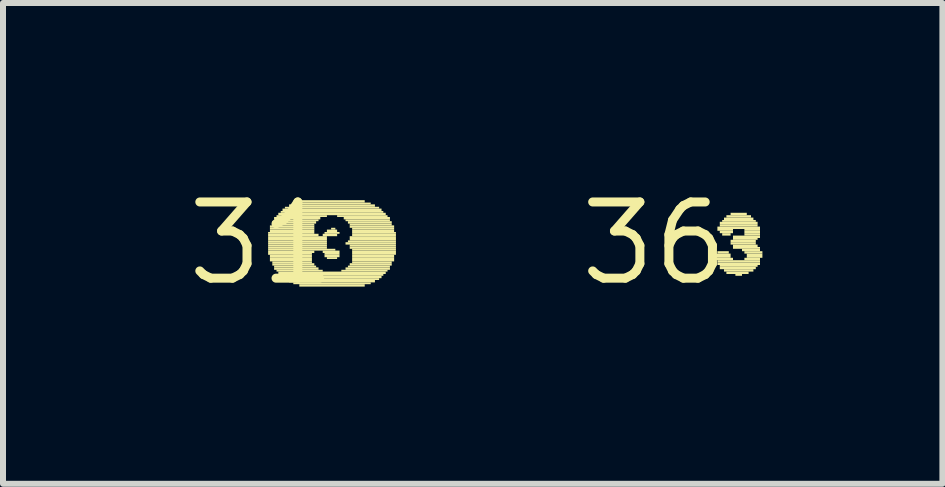
<source format=kicad_pcb>
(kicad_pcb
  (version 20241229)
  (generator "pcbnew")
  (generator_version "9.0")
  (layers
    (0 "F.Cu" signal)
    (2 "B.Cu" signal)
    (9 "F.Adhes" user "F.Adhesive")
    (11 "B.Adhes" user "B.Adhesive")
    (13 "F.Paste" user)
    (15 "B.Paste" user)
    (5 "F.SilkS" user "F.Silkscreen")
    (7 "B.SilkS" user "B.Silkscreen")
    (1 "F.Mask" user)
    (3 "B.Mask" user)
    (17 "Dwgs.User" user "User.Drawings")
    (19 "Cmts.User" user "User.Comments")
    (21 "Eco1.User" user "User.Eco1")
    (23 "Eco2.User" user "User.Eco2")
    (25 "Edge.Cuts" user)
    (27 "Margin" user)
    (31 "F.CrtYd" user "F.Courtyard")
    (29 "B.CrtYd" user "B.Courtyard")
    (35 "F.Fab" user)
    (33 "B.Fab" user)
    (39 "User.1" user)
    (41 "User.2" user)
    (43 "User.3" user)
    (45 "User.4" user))
  (footprint "31"
    (layer "F.Cu")
    (at 1.308 1.006)
    (property "Reference" "31" (at 0 0 0) (layer "F.SilkS") (effects (font (size 1.27 1.27) (thickness 0.15))))
    (fp_poly (pts (xy 0.11 -0.16) (xy 0.88 -0.16) (xy 0.88 -0.19) (xy 0.11 -0.19)) (stroke (width 0) (type solid)) (fill yes) (layer "F.SilkS"))
    (fp_poly (pts (xy 0.11 -0.12) (xy 0.95 -0.12) (xy 0.95 -0.16) (xy 0.11 -0.16)) (stroke (width 0) (type solid)) (fill yes) (layer "F.SilkS"))
    (fp_poly (pts (xy 0.11 -0.09) (xy 1.09 -0.09) (xy 1.09 -0.12) (xy 0.11 -0.12)) (stroke (width 0) (type solid)) (fill yes) (layer "F.SilkS"))
    (fp_poly (pts (xy 0.11 -0.05) (xy 1.09 -0.05) (xy 1.09 -0.09) (xy 0.11 -0.09)) (stroke (width 0) (type solid)) (fill yes) (layer "F.SilkS"))
    (fp_poly (pts (xy 0.11 -0.02) (xy 1.09 -0.02) (xy 1.09 -0.05) (xy 0.11 -0.05)) (stroke (width 0) (type solid)) (fill yes) (layer "F.SilkS"))
    (fp_poly (pts (xy 0.11 0.02) (xy 1.09 0.02) (xy 1.09 -0.02) (xy 0.11 -0.02)) (stroke (width 0) (type solid)) (fill yes) (layer "F.SilkS"))
    (fp_poly (pts (xy 0.11 0.05) (xy 1.09 0.05) (xy 1.09 0.02) (xy 0.11 0.02)) (stroke (width 0) (type solid)) (fill yes) (layer "F.SilkS"))
    (fp_poly (pts (xy 0.11 0.09) (xy 1.09 0.09) (xy 1.09 0.05) (xy 0.11 0.05)) (stroke (width 0) (type solid)) (fill yes) (layer "F.SilkS"))
    (fp_poly (pts (xy 0.11 0.12) (xy 1.23 0.12) (xy 1.23 0.09) (xy 0.11 0.09)) (stroke (width 0) (type solid)) (fill yes) (layer "F.SilkS"))
    (fp_poly (pts (xy 0.11 0.16) (xy 0.88 0.16) (xy 0.88 0.12) (xy 0.11 0.12)) (stroke (width 0) (type solid)) (fill yes) (layer "F.SilkS"))
    (fp_poly (pts (xy 0.11 0.19) (xy 0.84 0.19) (xy 0.84 0.16) (xy 0.11 0.16)) (stroke (width 0) (type solid)) (fill yes) (layer "F.SilkS"))
    (fp_poly (pts (xy 0.14 -0.26) (xy 0.88 -0.26) (xy 0.88 -0.3) (xy 0.14 -0.3)) (stroke (width 0) (type solid)) (fill yes) (layer "F.SilkS"))
    (fp_poly (pts (xy 0.14 -0.23) (xy 0.88 -0.23) (xy 0.88 -0.26) (xy 0.14 -0.26)) (stroke (width 0) (type solid)) (fill yes) (layer "F.SilkS"))
    (fp_poly (pts (xy 0.14 -0.19) (xy 0.88 -0.19) (xy 0.88 -0.23) (xy 0.14 -0.23)) (stroke (width 0) (type solid)) (fill yes) (layer "F.SilkS"))
    (fp_poly (pts (xy 0.14 0.23) (xy 0.84 0.23) (xy 0.84 0.19) (xy 0.14 0.19)) (stroke (width 0) (type solid)) (fill yes) (layer "F.SilkS"))
    (fp_poly (pts (xy 0.14 0.26) (xy 0.84 0.26) (xy 0.84 0.23) (xy 0.14 0.23)) (stroke (width 0) (type solid)) (fill yes) (layer "F.SilkS"))
    (fp_poly (pts (xy 0.14 0.3) (xy 0.84 0.3) (xy 0.84 0.26) (xy 0.14 0.26)) (stroke (width 0) (type solid)) (fill yes) (layer "F.SilkS"))
    (fp_poly (pts (xy 0.18 -0.33) (xy 0.91 -0.33) (xy 0.91 -0.37) (xy 0.18 -0.37)) (stroke (width 0) (type solid)) (fill yes) (layer "F.SilkS"))
    (fp_poly (pts (xy 0.18 -0.3) (xy 0.88 -0.3) (xy 0.88 -0.33) (xy 0.18 -0.33)) (stroke (width 0) (type solid)) (fill yes) (layer "F.SilkS"))
    (fp_poly (pts (xy 0.18 0.33) (xy 0.84 0.33) (xy 0.84 0.3) (xy 0.18 0.3)) (stroke (width 0) (type solid)) (fill yes) (layer "F.SilkS"))
    (fp_poly (pts (xy 0.18 0.37) (xy 0.88 0.37) (xy 0.88 0.33) (xy 0.18 0.33)) (stroke (width 0) (type solid)) (fill yes) (layer "F.SilkS"))
    (fp_poly (pts (xy 0.21 -0.4) (xy 0.98 -0.4) (xy 0.98 -0.44) (xy 0.21 -0.44)) (stroke (width 0) (type solid)) (fill yes) (layer "F.SilkS"))
    (fp_poly (pts (xy 0.21 -0.37) (xy 0.95 -0.37) (xy 0.95 -0.4) (xy 0.21 -0.4)) (stroke (width 0) (type solid)) (fill yes) (layer "F.SilkS"))
    (fp_poly (pts (xy 0.21 0.4) (xy 0.91 0.4) (xy 0.91 0.37) (xy 0.21 0.37)) (stroke (width 0) (type solid)) (fill yes) (layer "F.SilkS"))
    (fp_poly (pts (xy 0.21 0.44) (xy 0.95 0.44) (xy 0.95 0.4) (xy 0.21 0.4)) (stroke (width 0) (type solid)) (fill yes) (layer "F.SilkS"))
    (fp_poly (pts (xy 0.25 -0.44) (xy 1.09 -0.44) (xy 1.09 -0.47) (xy 0.25 -0.47)) (stroke (width 0) (type solid)) (fill yes) (layer "F.SilkS"))
    (fp_poly (pts (xy 0.25 0.47) (xy 1.02 0.47) (xy 1.02 0.44) (xy 0.25 0.44)) (stroke (width 0) (type solid)) (fill yes) (layer "F.SilkS"))
    (fp_poly (pts (xy 0.28 -0.47) (xy 2.07 -0.47) (xy 2.07 -0.51) (xy 0.28 -0.51)) (stroke (width 0) (type solid)) (fill yes) (layer "F.SilkS"))
    (fp_poly (pts (xy 0.28 0.51) (xy 2.07 0.51) (xy 2.07 0.47) (xy 0.28 0.47)) (stroke (width 0) (type solid)) (fill yes) (layer "F.SilkS"))
    (fp_poly (pts (xy 0.32 -0.51) (xy 2.03 -0.51) (xy 2.03 -0.54) (xy 0.32 -0.54)) (stroke (width 0) (type solid)) (fill yes) (layer "F.SilkS"))
    (fp_poly (pts (xy 0.32 0.54) (xy 2.03 0.54) (xy 2.03 0.51) (xy 0.32 0.51)) (stroke (width 0) (type solid)) (fill yes) (layer "F.SilkS"))
    (fp_poly (pts (xy 0.35 -0.54) (xy 2 -0.54) (xy 2 -0.58) (xy 0.35 -0.58)) (stroke (width 0) (type solid)) (fill yes) (layer "F.SilkS"))
    (fp_poly (pts (xy 0.35 0.58) (xy 2 0.58) (xy 2 0.54) (xy 0.35 0.54)) (stroke (width 0) (type solid)) (fill yes) (layer "F.SilkS"))
    (fp_poly (pts (xy 0.39 -0.58) (xy 1.96 -0.58) (xy 1.96 -0.61) (xy 0.39 -0.61)) (stroke (width 0) (type solid)) (fill yes) (layer "F.SilkS"))
    (fp_poly (pts (xy 0.39 0.61) (xy 1.96 0.61) (xy 1.96 0.58) (xy 0.39 0.58)) (stroke (width 0) (type solid)) (fill yes) (layer "F.SilkS"))
    (fp_poly (pts (xy 0.46 -0.61) (xy 1.89 -0.61) (xy 1.89 -0.65) (xy 0.46 -0.65)) (stroke (width 0) (type solid)) (fill yes) (layer "F.SilkS"))
    (fp_poly (pts (xy 0.46 0.65) (xy 1.89 0.65) (xy 1.89 0.61) (xy 0.46 0.61)) (stroke (width 0) (type solid)) (fill yes) (layer "F.SilkS"))
    (fp_poly (pts (xy 0.53 -0.65) (xy 1.82 -0.65) (xy 1.82 -0.68) (xy 0.53 -0.68)) (stroke (width 0) (type solid)) (fill yes) (layer "F.SilkS"))
    (fp_poly (pts (xy 0.53 0.68) (xy 1.82 0.68) (xy 1.82 0.65) (xy 0.53 0.65)) (stroke (width 0) (type solid)) (fill yes) (layer "F.SilkS"))
    (fp_poly (pts (xy 0.63 -0.68) (xy 1.72 -0.68) (xy 1.72 -0.72) (xy 0.63 -0.72)) (stroke (width 0) (type solid)) (fill yes) (layer "F.SilkS"))
    (fp_poly (pts (xy 0.63 0.72) (xy 1.72 0.72) (xy 1.72 0.68) (xy 0.63 0.68)) (stroke (width 0) (type solid)) (fill yes) (layer "F.SilkS"))
    (fp_poly (pts (xy 1.02 -0.12) (xy 1.26 -0.12) (xy 1.26 -0.16) (xy 1.02 -0.16)) (stroke (width 0) (type solid)) (fill yes) (layer "F.SilkS"))
    (fp_poly (pts (xy 1.02 0.16) (xy 1.3 0.16) (xy 1.3 0.12) (xy 1.02 0.12)) (stroke (width 0) (type solid)) (fill yes) (layer "F.SilkS"))
    (fp_poly (pts (xy 1.05 -0.16) (xy 1.3 -0.16) (xy 1.3 -0.19) (xy 1.05 -0.19)) (stroke (width 0) (type solid)) (fill yes) (layer "F.SilkS"))
    (fp_poly (pts (xy 1.05 0.19) (xy 1.3 0.19) (xy 1.3 0.16) (xy 1.05 0.16)) (stroke (width 0) (type solid)) (fill yes) (layer "F.SilkS"))
    (fp_poly (pts (xy 1.05 0.23) (xy 1.3 0.23) (xy 1.3 0.19) (xy 1.05 0.19)) (stroke (width 0) (type solid)) (fill yes) (layer "F.SilkS"))
    (fp_poly (pts (xy 1.09 -0.19) (xy 1.26 -0.19) (xy 1.26 -0.23) (xy 1.09 -0.23)) (stroke (width 0) (type solid)) (fill yes) (layer "F.SilkS"))
    (fp_poly (pts (xy 1.09 0.26) (xy 1.26 0.26) (xy 1.26 0.23) (xy 1.09 0.23)) (stroke (width 0) (type solid)) (fill yes) (layer "F.SilkS"))
    (fp_poly (pts (xy 1.16 -0.23) (xy 1.23 -0.23) (xy 1.23 -0.26) (xy 1.16 -0.26)) (stroke (width 0) (type solid)) (fill yes) (layer "F.SilkS"))
    (fp_poly (pts (xy 1.26 -0.44) (xy 2.1 -0.44) (xy 2.1 -0.47) (xy 1.26 -0.47)) (stroke (width 0) (type solid)) (fill yes) (layer "F.SilkS"))
    (fp_poly (pts (xy 1.33 0.47) (xy 2.1 0.47) (xy 2.1 0.44) (xy 1.33 0.44)) (stroke (width 0) (type solid)) (fill yes) (layer "F.SilkS"))
    (fp_poly (pts (xy 1.37 -0.4) (xy 2.14 -0.4) (xy 2.14 -0.44) (xy 1.37 -0.44)) (stroke (width 0) (type solid)) (fill yes) (layer "F.SilkS"))
    (fp_poly (pts (xy 1.4 -0.37) (xy 2.14 -0.37) (xy 2.14 -0.4) (xy 1.4 -0.4)) (stroke (width 0) (type solid)) (fill yes) (layer "F.SilkS"))
    (fp_poly (pts (xy 1.4 0.02) (xy 2.24 0.02) (xy 2.24 -0.02) (xy 1.4 -0.02)) (stroke (width 0) (type solid)) (fill yes) (layer "F.SilkS"))
    (fp_poly (pts (xy 1.4 0.44) (xy 2.14 0.44) (xy 2.14 0.4) (xy 1.4 0.4)) (stroke (width 0) (type solid)) (fill yes) (layer "F.SilkS"))
    (fp_poly (pts (xy 1.44 -0.33) (xy 2.17 -0.33) (xy 2.17 -0.37) (xy 1.44 -0.37)) (stroke (width 0) (type solid)) (fill yes) (layer "F.SilkS"))
    (fp_poly (pts (xy 1.44 -0.02) (xy 2.24 -0.02) (xy 2.24 -0.05) (xy 1.44 -0.05)) (stroke (width 0) (type solid)) (fill yes) (layer "F.SilkS"))
    (fp_poly (pts (xy 1.44 0.4) (xy 2.14 0.4) (xy 2.14 0.37) (xy 1.44 0.37)) (stroke (width 0) (type solid)) (fill yes) (layer "F.SilkS"))
    (fp_poly (pts (xy 1.47 -0.3) (xy 2.17 -0.3) (xy 2.17 -0.33) (xy 1.47 -0.33)) (stroke (width 0) (type solid)) (fill yes) (layer "F.SilkS"))
    (fp_poly (pts (xy 1.47 -0.26) (xy 2.21 -0.26) (xy 2.21 -0.3) (xy 1.47 -0.3)) (stroke (width 0) (type solid)) (fill yes) (layer "F.SilkS"))
    (fp_poly (pts (xy 1.47 -0.09) (xy 2.24 -0.09) (xy 2.24 -0.12) (xy 1.47 -0.12)) (stroke (width 0) (type solid)) (fill yes) (layer "F.SilkS"))
    (fp_poly (pts (xy 1.47 -0.05) (xy 2.24 -0.05) (xy 2.24 -0.09) (xy 1.47 -0.09)) (stroke (width 0) (type solid)) (fill yes) (layer "F.SilkS"))
    (fp_poly (pts (xy 1.47 0.05) (xy 2.24 0.05) (xy 2.24 0.02) (xy 1.47 0.02)) (stroke (width 0) (type solid)) (fill yes) (layer "F.SilkS"))
    (fp_poly (pts (xy 1.47 0.09) (xy 2.24 0.09) (xy 2.24 0.05) (xy 1.47 0.05)) (stroke (width 0) (type solid)) (fill yes) (layer "F.SilkS"))
    (fp_poly (pts (xy 1.47 0.37) (xy 2.17 0.37) (xy 2.17 0.33) (xy 1.47 0.33)) (stroke (width 0) (type solid)) (fill yes) (layer "F.SilkS"))
    (fp_poly (pts (xy 1.51 -0.23) (xy 2.21 -0.23) (xy 2.21 -0.26) (xy 1.51 -0.26)) (stroke (width 0) (type solid)) (fill yes) (layer "F.SilkS"))
    (fp_poly (pts (xy 1.51 -0.19) (xy 2.21 -0.19) (xy 2.21 -0.23) (xy 1.51 -0.23)) (stroke (width 0) (type solid)) (fill yes) (layer "F.SilkS"))
    (fp_poly (pts (xy 1.51 -0.16) (xy 2.24 -0.16) (xy 2.24 -0.19) (xy 1.51 -0.19)) (stroke (width 0) (type solid)) (fill yes) (layer "F.SilkS"))
    (fp_poly (pts (xy 1.51 -0.12) (xy 2.24 -0.12) (xy 2.24 -0.16) (xy 1.51 -0.16)) (stroke (width 0) (type solid)) (fill yes) (layer "F.SilkS"))
    (fp_poly (pts (xy 1.51 0.12) (xy 2.24 0.12) (xy 2.24 0.09) (xy 1.51 0.09)) (stroke (width 0) (type solid)) (fill yes) (layer "F.SilkS"))
    (fp_poly (pts (xy 1.51 0.16) (xy 2.24 0.16) (xy 2.24 0.12) (xy 1.51 0.12)) (stroke (width 0) (type solid)) (fill yes) (layer "F.SilkS"))
    (fp_poly (pts (xy 1.51 0.19) (xy 2.24 0.19) (xy 2.24 0.16) (xy 1.51 0.16)) (stroke (width 0) (type solid)) (fill yes) (layer "F.SilkS"))
    (fp_poly (pts (xy 1.51 0.23) (xy 2.21 0.23) (xy 2.21 0.19) (xy 1.51 0.19)) (stroke (width 0) (type solid)) (fill yes) (layer "F.SilkS"))
    (fp_poly (pts (xy 1.51 0.26) (xy 2.21 0.26) (xy 2.21 0.23) (xy 1.51 0.23)) (stroke (width 0) (type solid)) (fill yes) (layer "F.SilkS"))
    (fp_poly (pts (xy 1.51 0.3) (xy 2.21 0.3) (xy 2.21 0.26) (xy 1.51 0.26)) (stroke (width 0) (type solid)) (fill yes) (layer "F.SilkS"))
    (fp_poly (pts (xy 1.51 0.33) (xy 2.17 0.33) (xy 2.17 0.3) (xy 1.51 0.3)) (stroke (width 0) (type solid)) (fill yes) (layer "F.SilkS")))
  (footprint "36"
    (layer "F.Cu")
    (at 7.855 1.006)
    (property "Reference" "36" (at 0 0 0) (layer "F.SilkS") (effects (font (size 1.27 1.27) (thickness 0.15))))
    (fp_poly (pts (xy 1.01 0.21) (xy 1.27 0.21) (xy 1.27 0.17) (xy 1.01 0.17)) (stroke (width 0) (type solid)) (fill yes) (layer "F.SilkS"))
    (fp_poly (pts (xy 1.01 0.24) (xy 1.27 0.24) (xy 1.27 0.21) (xy 1.01 0.21)) (stroke (width 0) (type solid)) (fill yes) (layer "F.SilkS"))
    (fp_poly (pts (xy 1.01 0.28) (xy 1.31 0.28) (xy 1.31 0.24) (xy 1.01 0.24)) (stroke (width 0) (type solid)) (fill yes) (layer "F.SilkS"))
    (fp_poly (pts (xy 1.05 -0.24) (xy 1.76 -0.24) (xy 1.76 -0.28) (xy 1.05 -0.28)) (stroke (width 0) (type solid)) (fill yes) (layer "F.SilkS"))
    (fp_poly (pts (xy 1.05 -0.21) (xy 1.31 -0.21) (xy 1.31 -0.24) (xy 1.05 -0.24)) (stroke (width 0) (type solid)) (fill yes) (layer "F.SilkS"))
    (fp_poly (pts (xy 1.05 0.17) (xy 1.24 0.17) (xy 1.24 0.13) (xy 1.05 0.13)) (stroke (width 0) (type solid)) (fill yes) (layer "F.SilkS"))
    (fp_poly (pts (xy 1.05 0.32) (xy 1.76 0.32) (xy 1.76 0.28) (xy 1.05 0.28)) (stroke (width 0) (type solid)) (fill yes) (layer "F.SilkS"))
    (fp_poly (pts (xy 1.05 0.36) (xy 1.76 0.36) (xy 1.76 0.32) (xy 1.05 0.32)) (stroke (width 0) (type solid)) (fill yes) (layer "F.SilkS"))
    (fp_poly (pts (xy 1.09 -0.32) (xy 1.72 -0.32) (xy 1.72 -0.36) (xy 1.09 -0.36)) (stroke (width 0) (type solid)) (fill yes) (layer "F.SilkS"))
    (fp_poly (pts (xy 1.09 -0.28) (xy 1.72 -0.28) (xy 1.72 -0.32) (xy 1.09 -0.32)) (stroke (width 0) (type solid)) (fill yes) (layer "F.SilkS"))
    (fp_poly (pts (xy 1.09 -0.17) (xy 1.31 -0.17) (xy 1.31 -0.21) (xy 1.09 -0.21)) (stroke (width 0) (type solid)) (fill yes) (layer "F.SilkS"))
    (fp_poly (pts (xy 1.09 0.39) (xy 1.72 0.39) (xy 1.72 0.36) (xy 1.09 0.36)) (stroke (width 0) (type solid)) (fill yes) (layer "F.SilkS"))
    (fp_poly (pts (xy 1.09 0.43) (xy 1.69 0.43) (xy 1.69 0.39) (xy 1.09 0.39)) (stroke (width 0) (type solid)) (fill yes) (layer "F.SilkS"))
    (fp_poly (pts (xy 1.13 -0.36) (xy 1.69 -0.36) (xy 1.69 -0.39) (xy 1.13 -0.39)) (stroke (width 0) (type solid)) (fill yes) (layer "F.SilkS"))
    (fp_poly (pts (xy 1.13 -0.13) (xy 1.27 -0.13) (xy 1.27 -0.17) (xy 1.13 -0.17)) (stroke (width 0) (type solid)) (fill yes) (layer "F.SilkS"))
    (fp_poly (pts (xy 1.16 -0.39) (xy 1.65 -0.39) (xy 1.65 -0.43) (xy 1.16 -0.43)) (stroke (width 0) (type solid)) (fill yes) (layer "F.SilkS"))
    (fp_poly (pts (xy 1.16 0.47) (xy 1.65 0.47) (xy 1.65 0.43) (xy 1.16 0.43)) (stroke (width 0) (type solid)) (fill yes) (layer "F.SilkS"))
    (fp_poly (pts (xy 1.2 -0.43) (xy 1.61 -0.43) (xy 1.61 -0.47) (xy 1.2 -0.47)) (stroke (width 0) (type solid)) (fill yes) (layer "F.SilkS"))
    (fp_poly (pts (xy 1.2 0.51) (xy 1.57 0.51) (xy 1.57 0.47) (xy 1.2 0.47)) (stroke (width 0) (type solid)) (fill yes) (layer "F.SilkS"))
    (fp_poly (pts (xy 1.27 -0.47) (xy 1.54 -0.47) (xy 1.54 -0.51) (xy 1.27 -0.51)) (stroke (width 0) (type solid)) (fill yes) (layer "F.SilkS"))
    (fp_poly (pts (xy 1.27 -0.02) (xy 1.69 -0.02) (xy 1.69 -0.06) (xy 1.27 -0.06)) (stroke (width 0) (type solid)) (fill yes) (layer "F.SilkS"))
    (fp_poly (pts (xy 1.27 0.02) (xy 1.69 0.02) (xy 1.69 -0.02) (xy 1.27 -0.02)) (stroke (width 0) (type solid)) (fill yes) (layer "F.SilkS"))
    (fp_poly (pts (xy 1.31 -0.09) (xy 1.76 -0.09) (xy 1.76 -0.13) (xy 1.31 -0.13)) (stroke (width 0) (type solid)) (fill yes) (layer "F.SilkS"))
    (fp_poly (pts (xy 1.31 -0.06) (xy 1.72 -0.06) (xy 1.72 -0.09) (xy 1.31 -0.09)) (stroke (width 0) (type solid)) (fill yes) (layer "F.SilkS"))
    (fp_poly (pts (xy 1.31 0.06) (xy 1.72 0.06) (xy 1.72 0.02) (xy 1.31 0.02)) (stroke (width 0) (type solid)) (fill yes) (layer "F.SilkS"))
    (fp_poly (pts (xy 1.31 0.09) (xy 1.76 0.09) (xy 1.76 0.06) (xy 1.31 0.06)) (stroke (width 0) (type solid)) (fill yes) (layer "F.SilkS"))
    (fp_poly (pts (xy 1.35 0.54) (xy 1.46 0.54) (xy 1.46 0.51) (xy 1.35 0.51)) (stroke (width 0) (type solid)) (fill yes) (layer "F.SilkS"))
    (fp_poly (pts (xy 1.46 0.13) (xy 1.76 0.13) (xy 1.76 0.09) (xy 1.46 0.09)) (stroke (width 0) (type solid)) (fill yes) (layer "F.SilkS"))
    (fp_poly (pts (xy 1.5 -0.21) (xy 1.76 -0.21) (xy 1.76 -0.24) (xy 1.5 -0.24)) (stroke (width 0) (type solid)) (fill yes) (layer "F.SilkS"))
    (fp_poly (pts (xy 1.5 -0.17) (xy 1.76 -0.17) (xy 1.76 -0.21) (xy 1.5 -0.21)) (stroke (width 0) (type solid)) (fill yes) (layer "F.SilkS"))
    (fp_poly (pts (xy 1.5 -0.13) (xy 1.76 -0.13) (xy 1.76 -0.17) (xy 1.5 -0.17)) (stroke (width 0) (type solid)) (fill yes) (layer "F.SilkS"))
    (fp_poly (pts (xy 1.5 0.17) (xy 1.8 0.17) (xy 1.8 0.13) (xy 1.5 0.13)) (stroke (width 0) (type solid)) (fill yes) (layer "F.SilkS"))
    (fp_poly (pts (xy 1.5 0.28) (xy 1.76 0.28) (xy 1.76 0.24) (xy 1.5 0.24)) (stroke (width 0) (type solid)) (fill yes) (layer "F.SilkS"))
    (fp_poly (pts (xy 1.54 0.21) (xy 1.8 0.21) (xy 1.8 0.17) (xy 1.54 0.17)) (stroke (width 0) (type solid)) (fill yes) (layer "F.SilkS"))
    (fp_poly (pts (xy 1.54 0.24) (xy 1.8 0.24) (xy 1.8 0.21) (xy 1.54 0.21)) (stroke (width 0) (type solid)) (fill yes) (layer "F.SilkS")))
  (gr_rect
    (start -3 -3)
    (end 12.655 5.012)
    (stroke (width 0.1) (type default))
    (fill no)
    (layer "Edge.Cuts")))
</source>
